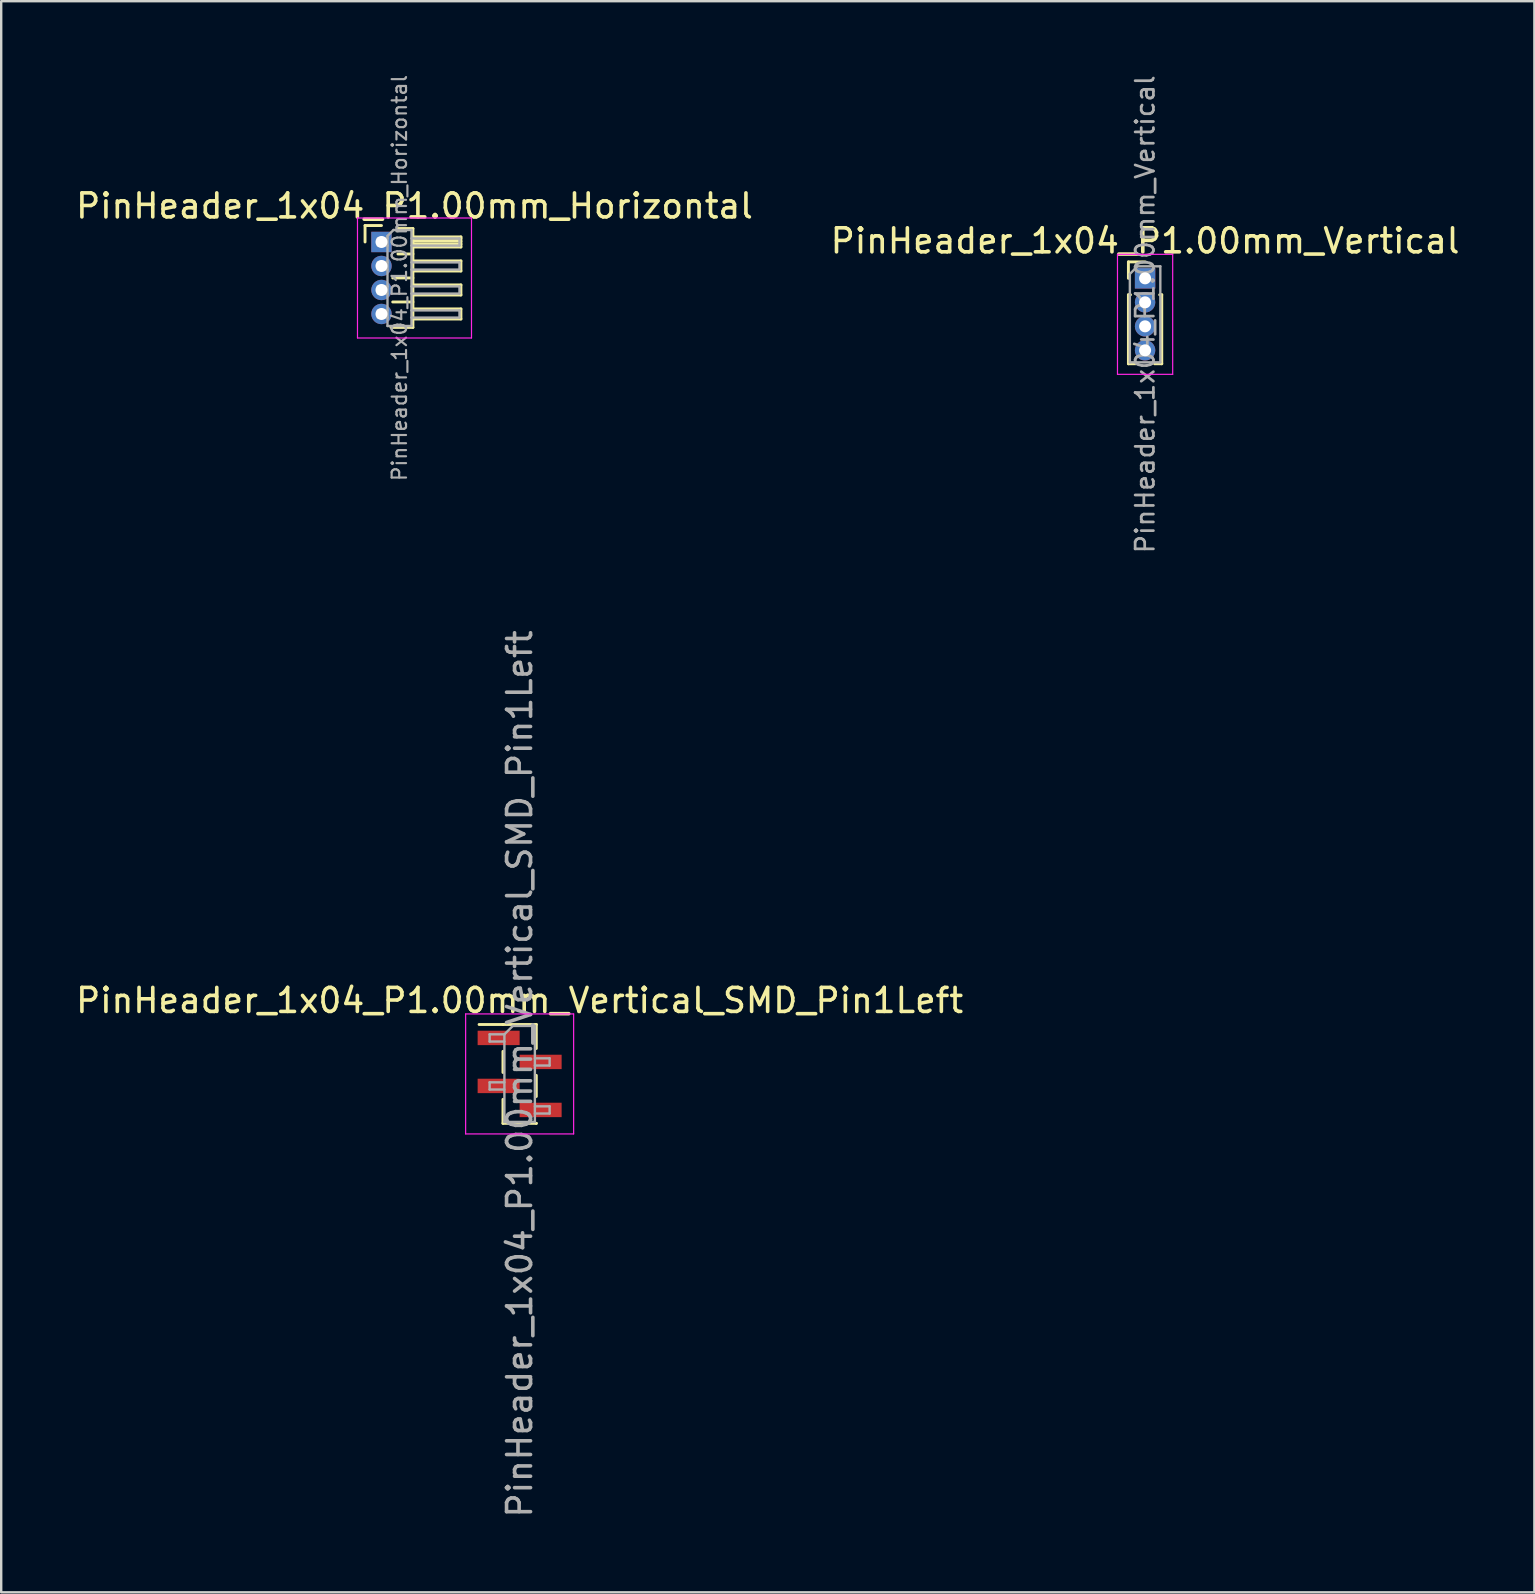
<source format=kicad_pcb>
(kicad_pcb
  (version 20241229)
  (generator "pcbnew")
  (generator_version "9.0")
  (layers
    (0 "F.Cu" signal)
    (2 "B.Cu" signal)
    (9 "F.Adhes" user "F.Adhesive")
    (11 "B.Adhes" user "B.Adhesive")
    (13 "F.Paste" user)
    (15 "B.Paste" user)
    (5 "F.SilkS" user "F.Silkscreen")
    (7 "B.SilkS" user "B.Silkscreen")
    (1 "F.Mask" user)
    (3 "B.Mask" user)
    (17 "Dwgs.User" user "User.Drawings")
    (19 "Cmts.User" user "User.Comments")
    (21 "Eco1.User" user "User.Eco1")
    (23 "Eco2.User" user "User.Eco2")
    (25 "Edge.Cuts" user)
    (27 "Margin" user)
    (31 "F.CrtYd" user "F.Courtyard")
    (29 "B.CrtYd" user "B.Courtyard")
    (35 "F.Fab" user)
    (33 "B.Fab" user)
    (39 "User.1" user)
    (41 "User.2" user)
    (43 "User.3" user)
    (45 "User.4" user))
  (footprint "PinHeader_1x04_P1.00mm_Horizontal"
    (layer "F.Cu")
    (at 12.845 7.032)
    (property "Reference" "PinHeader_1x04_P1.00mm_Horizontal" (at 1.375 -1.5 0) (layer "F.SilkS") (effects (font (size 1 1) (thickness 0.15))))
    (attr through_hole)
    (fp_line (start -0.685 -0.685) (end 0 -0.685) (stroke (width 0.12) (type solid)) (layer "F.SilkS"))
    (fp_line (start -0.685 0) (end -0.685 -0.685) (stroke (width 0.12) (type solid)) (layer "F.SilkS"))
    (fp_line (start 0.468 1.5) (end 1.31 1.5) (stroke (width 0.12) (type solid)) (layer "F.SilkS"))
    (fp_line (start 0.468 2.5) (end 1.31 2.5) (stroke (width 0.12) (type solid)) (layer "F.SilkS"))
    (fp_line (start 0.685 -0.56) (end 1.31 -0.56) (stroke (width 0.12) (type solid)) (layer "F.SilkS"))
    (fp_line (start 0.685 0.5) (end 1.31 0.5) (stroke (width 0.12) (type solid)) (layer "F.SilkS"))
    (fp_line (start 1.31 -0.56) (end 1.31 3.56) (stroke (width 0.12) (type solid)) (layer "F.SilkS"))
    (fp_line (start 1.31 -0.21) (end 3.31 -0.21) (stroke (width 0.12) (type solid)) (layer "F.SilkS"))
    (fp_line (start 1.31 -0.15) (end 3.31 -0.15) (stroke (width 0.12) (type solid)) (layer "F.SilkS"))
    (fp_line (start 1.31 -0.03) (end 3.31 -0.03) (stroke (width 0.12) (type solid)) (layer "F.SilkS"))
    (fp_line (start 1.31 0.09) (end 3.31 0.09) (stroke (width 0.12) (type solid)) (layer "F.SilkS"))
    (fp_line (start 1.31 0.79) (end 3.31 0.79) (stroke (width 0.12) (type solid)) (layer "F.SilkS"))
    (fp_line (start 1.31 1.79) (end 3.31 1.79) (stroke (width 0.12) (type solid)) (layer "F.SilkS"))
    (fp_line (start 1.31 2.79) (end 3.31 2.79) (stroke (width 0.12) (type solid)) (layer "F.SilkS"))
    (fp_line (start 1.31 3.56) (end 0.394 3.56) (stroke (width 0.12) (type solid)) (layer "F.SilkS"))
    (fp_line (start 3.31 -0.21) (end 3.31 0.21) (stroke (width 0.12) (type solid)) (layer "F.SilkS"))
    (fp_line (start 3.31 0.21) (end 1.31 0.21) (stroke (width 0.12) (type solid)) (layer "F.SilkS"))
    (fp_line (start 3.31 0.79) (end 3.31 1.21) (stroke (width 0.12) (type solid)) (layer "F.SilkS"))
    (fp_line (start 3.31 1.21) (end 1.31 1.21) (stroke (width 0.12) (type solid)) (layer "F.SilkS"))
    (fp_line (start 3.31 1.79) (end 3.31 2.21) (stroke (width 0.12) (type solid)) (layer "F.SilkS"))
    (fp_line (start 3.31 2.21) (end 1.31 2.21) (stroke (width 0.12) (type solid)) (layer "F.SilkS"))
    (fp_line (start 3.31 2.79) (end 3.31 3.21) (stroke (width 0.12) (type solid)) (layer "F.SilkS"))
    (fp_line (start 3.31 3.21) (end 1.31 3.21) (stroke (width 0.12) (type solid)) (layer "F.SilkS"))
    (fp_line (start -1 -1) (end -1 4) (stroke (width 0.05) (type solid)) (layer "F.CrtYd"))
    (fp_line (start -1 4) (end 3.75 4) (stroke (width 0.05) (type solid)) (layer "F.CrtYd"))
    (fp_line (start 3.75 -1) (end -1 -1) (stroke (width 0.05) (type solid)) (layer "F.CrtYd"))
    (fp_line (start 3.75 4) (end 3.75 -1) (stroke (width 0.05) (type solid)) (layer "F.CrtYd"))
    (fp_line (start -0.15 -0.15) (end -0.15 0.15) (stroke (width 0.1) (type solid)) (layer "F.Fab"))
    (fp_line (start -0.15 -0.15) (end 0.25 -0.15) (stroke (width 0.1) (type solid)) (layer "F.Fab"))
    (fp_line (start -0.15 0.15) (end 0.25 0.15) (stroke (width 0.1) (type solid)) (layer "F.Fab"))
    (fp_line (start -0.15 0.85) (end -0.15 1.15) (stroke (width 0.1) (type solid)) (layer "F.Fab"))
    (fp_line (start -0.15 0.85) (end 0.25 0.85) (stroke (width 0.1) (type solid)) (layer "F.Fab"))
    (fp_line (start -0.15 1.15) (end 0.25 1.15) (stroke (width 0.1) (type solid)) (layer "F.Fab"))
    (fp_line (start -0.15 1.85) (end -0.15 2.15) (stroke (width 0.1) (type solid)) (layer "F.Fab"))
    (fp_line (start -0.15 1.85) (end 0.25 1.85) (stroke (width 0.1) (type solid)) (layer "F.Fab"))
    (fp_line (start -0.15 2.15) (end 0.25 2.15) (stroke (width 0.1) (type solid)) (layer "F.Fab"))
    (fp_line (start -0.15 2.85) (end -0.15 3.15) (stroke (width 0.1) (type solid)) (layer "F.Fab"))
    (fp_line (start -0.15 2.85) (end 0.25 2.85) (stroke (width 0.1) (type solid)) (layer "F.Fab"))
    (fp_line (start -0.15 3.15) (end 0.25 3.15) (stroke (width 0.1) (type solid)) (layer "F.Fab"))
    (fp_line (start 0.25 -0.25) (end 0.5 -0.5) (stroke (width 0.1) (type solid)) (layer "F.Fab"))
    (fp_line (start 0.25 3.5) (end 0.25 -0.25) (stroke (width 0.1) (type solid)) (layer "F.Fab"))
    (fp_line (start 0.5 -0.5) (end 1.25 -0.5) (stroke (width 0.1) (type solid)) (layer "F.Fab"))
    (fp_line (start 1.25 -0.5) (end 1.25 3.5) (stroke (width 0.1) (type solid)) (layer "F.Fab"))
    (fp_line (start 1.25 -0.15) (end 3.25 -0.15) (stroke (width 0.1) (type solid)) (layer "F.Fab"))
    (fp_line (start 1.25 0.15) (end 3.25 0.15) (stroke (width 0.1) (type solid)) (layer "F.Fab"))
    (fp_line (start 1.25 0.85) (end 3.25 0.85) (stroke (width 0.1) (type solid)) (layer "F.Fab"))
    (fp_line (start 1.25 1.15) (end 3.25 1.15) (stroke (width 0.1) (type solid)) (layer "F.Fab"))
    (fp_line (start 1.25 1.85) (end 3.25 1.85) (stroke (width 0.1) (type solid)) (layer "F.Fab"))
    (fp_line (start 1.25 2.15) (end 3.25 2.15) (stroke (width 0.1) (type solid)) (layer "F.Fab"))
    (fp_line (start 1.25 2.85) (end 3.25 2.85) (stroke (width 0.1) (type solid)) (layer "F.Fab"))
    (fp_line (start 1.25 3.15) (end 3.25 3.15) (stroke (width 0.1) (type solid)) (layer "F.Fab"))
    (fp_line (start 1.25 3.5) (end 0.25 3.5) (stroke (width 0.1) (type solid)) (layer "F.Fab"))
    (fp_line (start 3.25 -0.15) (end 3.25 0.15) (stroke (width 0.1) (type solid)) (layer "F.Fab"))
    (fp_line (start 3.25 0.85) (end 3.25 1.15) (stroke (width 0.1) (type solid)) (layer "F.Fab"))
    (fp_line (start 3.25 1.85) (end 3.25 2.15) (stroke (width 0.1) (type solid)) (layer "F.Fab"))
    (fp_line (start 3.25 2.85) (end 3.25 3.15) (stroke (width 0.1) (type solid)) (layer "F.Fab"))
    (fp_text user "${REFERENCE}" (at 0.75 1.5 90) (layer "F.Fab") (effects (font (size 0.6 0.6) (thickness 0.09))))
    (pad "1" thru_hole rect (at 0 0) (size 0.85 0.85) (drill 0.5) (layers "*.Cu" "*.Mask"))
    (pad "2" thru_hole oval (at 0 1) (size 0.85 0.85) (drill 0.5) (layers "*.Cu" "*.Mask"))
    (pad "3" thru_hole oval (at 0 2) (size 0.85 0.85) (drill 0.5) (layers "*.Cu" "*.Mask"))
    (pad "4" thru_hole oval (at 0 3) (size 0.85 0.85) (drill 0.5) (layers "*.Cu" "*.Mask")))
  (footprint "PinHeader_1x04_P1.00mm_Vertical_SMD_Pin1Left"
    (layer "F.Cu")
    (at 18.601 41.696)
    (property "Reference" "PinHeader_1x04_P1.00mm_Vertical_SMD_Pin1Left" (at 0 -3.06 0) (layer "F.SilkS") (effects (font (size 1 1) (thickness 0.15))))
    (attr smd)
    (fp_line (start -0.695 -2.06) (end -1.69 -2.06) (stroke (width 0.12) (type solid)) (layer "F.SilkS"))
    (fp_line (start -0.695 -2.06) (end -0.695 -2.06) (stroke (width 0.12) (type solid)) (layer "F.SilkS"))
    (fp_line (start -0.695 -2.06) (end 0.695 -2.06) (stroke (width 0.12) (type solid)) (layer "F.SilkS"))
    (fp_line (start -0.695 -0.94) (end -0.695 -0.06) (stroke (width 0.12) (type solid)) (layer "F.SilkS"))
    (fp_line (start -0.695 1.06) (end -0.695 2.06) (stroke (width 0.12) (type solid)) (layer "F.SilkS"))
    (fp_line (start -0.695 2.06) (end 0.695 2.06) (stroke (width 0.12) (type solid)) (layer "F.SilkS"))
    (fp_line (start 0.695 -2.06) (end 0.695 -1.06) (stroke (width 0.12) (type solid)) (layer "F.SilkS"))
    (fp_line (start 0.695 0.06) (end 0.695 0.94) (stroke (width 0.12) (type solid)) (layer "F.SilkS"))
    (fp_line (start 0.695 2.06) (end 0.695 2.06) (stroke (width 0.12) (type solid)) (layer "F.SilkS"))
    (fp_line (start -2.25 -2.5) (end -2.25 2.5) (stroke (width 0.05) (type solid)) (layer "F.CrtYd"))
    (fp_line (start -2.25 2.5) (end 2.25 2.5) (stroke (width 0.05) (type solid)) (layer "F.CrtYd"))
    (fp_line (start 2.25 -2.5) (end -2.25 -2.5) (stroke (width 0.05) (type solid)) (layer "F.CrtYd"))
    (fp_line (start 2.25 2.5) (end 2.25 -2.5) (stroke (width 0.05) (type solid)) (layer "F.CrtYd"))
    (fp_line (start -1.25 -1.65) (end -1.25 -1.35) (stroke (width 0.1) (type solid)) (layer "F.Fab"))
    (fp_line (start -1.25 -1.35) (end -0.635 -1.35) (stroke (width 0.1) (type solid)) (layer "F.Fab"))
    (fp_line (start -1.25 0.35) (end -1.25 0.65) (stroke (width 0.1) (type solid)) (layer "F.Fab"))
    (fp_line (start -1.25 0.65) (end -0.635 0.65) (stroke (width 0.1) (type solid)) (layer "F.Fab"))
    (fp_line (start -0.635 -1.65) (end -1.25 -1.65) (stroke (width 0.1) (type solid)) (layer "F.Fab"))
    (fp_line (start -0.635 -1.65) (end -0.285 -2) (stroke (width 0.1) (type solid)) (layer "F.Fab"))
    (fp_line (start -0.635 0.35) (end -1.25 0.35) (stroke (width 0.1) (type solid)) (layer "F.Fab"))
    (fp_line (start -0.635 2) (end -0.635 -1.65) (stroke (width 0.1) (type solid)) (layer "F.Fab"))
    (fp_line (start -0.285 -2) (end 0.635 -2) (stroke (width 0.1) (type solid)) (layer "F.Fab"))
    (fp_line (start 0.635 -2) (end 0.635 2) (stroke (width 0.1) (type solid)) (layer "F.Fab"))
    (fp_line (start 0.635 -0.65) (end 1.25 -0.65) (stroke (width 0.1) (type solid)) (layer "F.Fab"))
    (fp_line (start 0.635 1.35) (end 1.25 1.35) (stroke (width 0.1) (type solid)) (layer "F.Fab"))
    (fp_line (start 0.635 2) (end -0.635 2) (stroke (width 0.1) (type solid)) (layer "F.Fab"))
    (fp_line (start 1.25 -0.65) (end 1.25 -0.35) (stroke (width 0.1) (type solid)) (layer "F.Fab"))
    (fp_line (start 1.25 -0.35) (end 0.635 -0.35) (stroke (width 0.1) (type solid)) (layer "F.Fab"))
    (fp_line (start 1.25 1.35) (end 1.25 1.65) (stroke (width 0.1) (type solid)) (layer "F.Fab"))
    (fp_line (start 1.25 1.65) (end 0.635 1.65) (stroke (width 0.1) (type solid)) (layer "F.Fab"))
    (fp_text user "${REFERENCE}" (at 0 0 90) (layer "F.Fab") (effects (font (size 1 1) (thickness 0.15))))
    (pad "1" smd rect (at -0.875 -1.5) (size 1.75 0.6) (layers "F.Cu" "F.Mask" "F.Paste"))
    (pad "2" smd rect (at 0.875 -0.5) (size 1.75 0.6) (layers "F.Cu" "F.Mask" "F.Paste"))
    (pad "3" smd rect (at -0.875 0.5) (size 1.75 0.6) (layers "F.Cu" "F.Mask" "F.Paste"))
    (pad "4" smd rect (at 0.875 1.5) (size 1.75 0.6) (layers "F.Cu" "F.Mask" "F.Paste")))
  (footprint "PinHeader_1x04_P1.00mm_Vertical"
    (layer "F.Cu")
    (at 44.661 8.547)
    (property "Reference" "PinHeader_1x04_P1.00mm_Vertical" (at 0 -1.56 0) (layer "F.SilkS") (effects (font (size 1 1) (thickness 0.15))))
    (attr through_hole)
    (fp_line (start -0.695 -0.685) (end 0 -0.685) (stroke (width 0.12) (type solid)) (layer "F.SilkS"))
    (fp_line (start -0.695 0) (end -0.695 -0.685) (stroke (width 0.12) (type solid)) (layer "F.SilkS"))
    (fp_line (start -0.695 0.685) (end -0.695 3.56) (stroke (width 0.12) (type solid)) (layer "F.SilkS"))
    (fp_line (start -0.695 0.685) (end -0.608 0.685) (stroke (width 0.12) (type solid)) (layer "F.SilkS"))
    (fp_line (start -0.695 3.56) (end -0.394 3.56) (stroke (width 0.12) (type solid)) (layer "F.SilkS"))
    (fp_line (start 0.394 3.56) (end 0.695 3.56) (stroke (width 0.12) (type solid)) (layer "F.SilkS"))
    (fp_line (start 0.608 0.685) (end 0.695 0.685) (stroke (width 0.12) (type solid)) (layer "F.SilkS"))
    (fp_line (start 0.695 0.685) (end 0.695 3.56) (stroke (width 0.12) (type solid)) (layer "F.SilkS"))
    (fp_line (start -1.15 -1) (end -1.15 4) (stroke (width 0.05) (type solid)) (layer "F.CrtYd"))
    (fp_line (start -1.15 4) (end 1.15 4) (stroke (width 0.05) (type solid)) (layer "F.CrtYd"))
    (fp_line (start 1.15 -1) (end -1.15 -1) (stroke (width 0.05) (type solid)) (layer "F.CrtYd"))
    (fp_line (start 1.15 4) (end 1.15 -1) (stroke (width 0.05) (type solid)) (layer "F.CrtYd"))
    (fp_line (start -0.635 -0.182) (end -0.318 -0.5) (stroke (width 0.1) (type solid)) (layer "F.Fab"))
    (fp_line (start -0.635 3.5) (end -0.635 -0.182) (stroke (width 0.1) (type solid)) (layer "F.Fab"))
    (fp_line (start -0.318 -0.5) (end 0.635 -0.5) (stroke (width 0.1) (type solid)) (layer "F.Fab"))
    (fp_line (start 0.635 -0.5) (end 0.635 3.5) (stroke (width 0.1) (type solid)) (layer "F.Fab"))
    (fp_line (start 0.635 3.5) (end -0.635 3.5) (stroke (width 0.1) (type solid)) (layer "F.Fab"))
    (fp_text user "${REFERENCE}" (at 0 1.5 90) (layer "F.Fab") (effects (font (size 0.76 0.76) (thickness 0.114))))
    (pad "1" thru_hole rect (at 0 0) (size 0.85 0.85) (drill 0.5) (layers "*.Cu" "*.Mask"))
    (pad "2" thru_hole oval (at 0 1) (size 0.85 0.85) (drill 0.5) (layers "*.Cu" "*.Mask"))
    (pad "3" thru_hole oval (at 0 2) (size 0.85 0.85) (drill 0.5) (layers "*.Cu" "*.Mask"))
    (pad "4" thru_hole oval (at 0 3) (size 0.85 0.85) (drill 0.5) (layers "*.Cu" "*.Mask")))
  (gr_rect
    (start -3 -3)
    (end 60.881 63.297)
    (stroke (width 0.1) (type default))
    (fill no)
    (layer "Edge.Cuts")))
</source>
